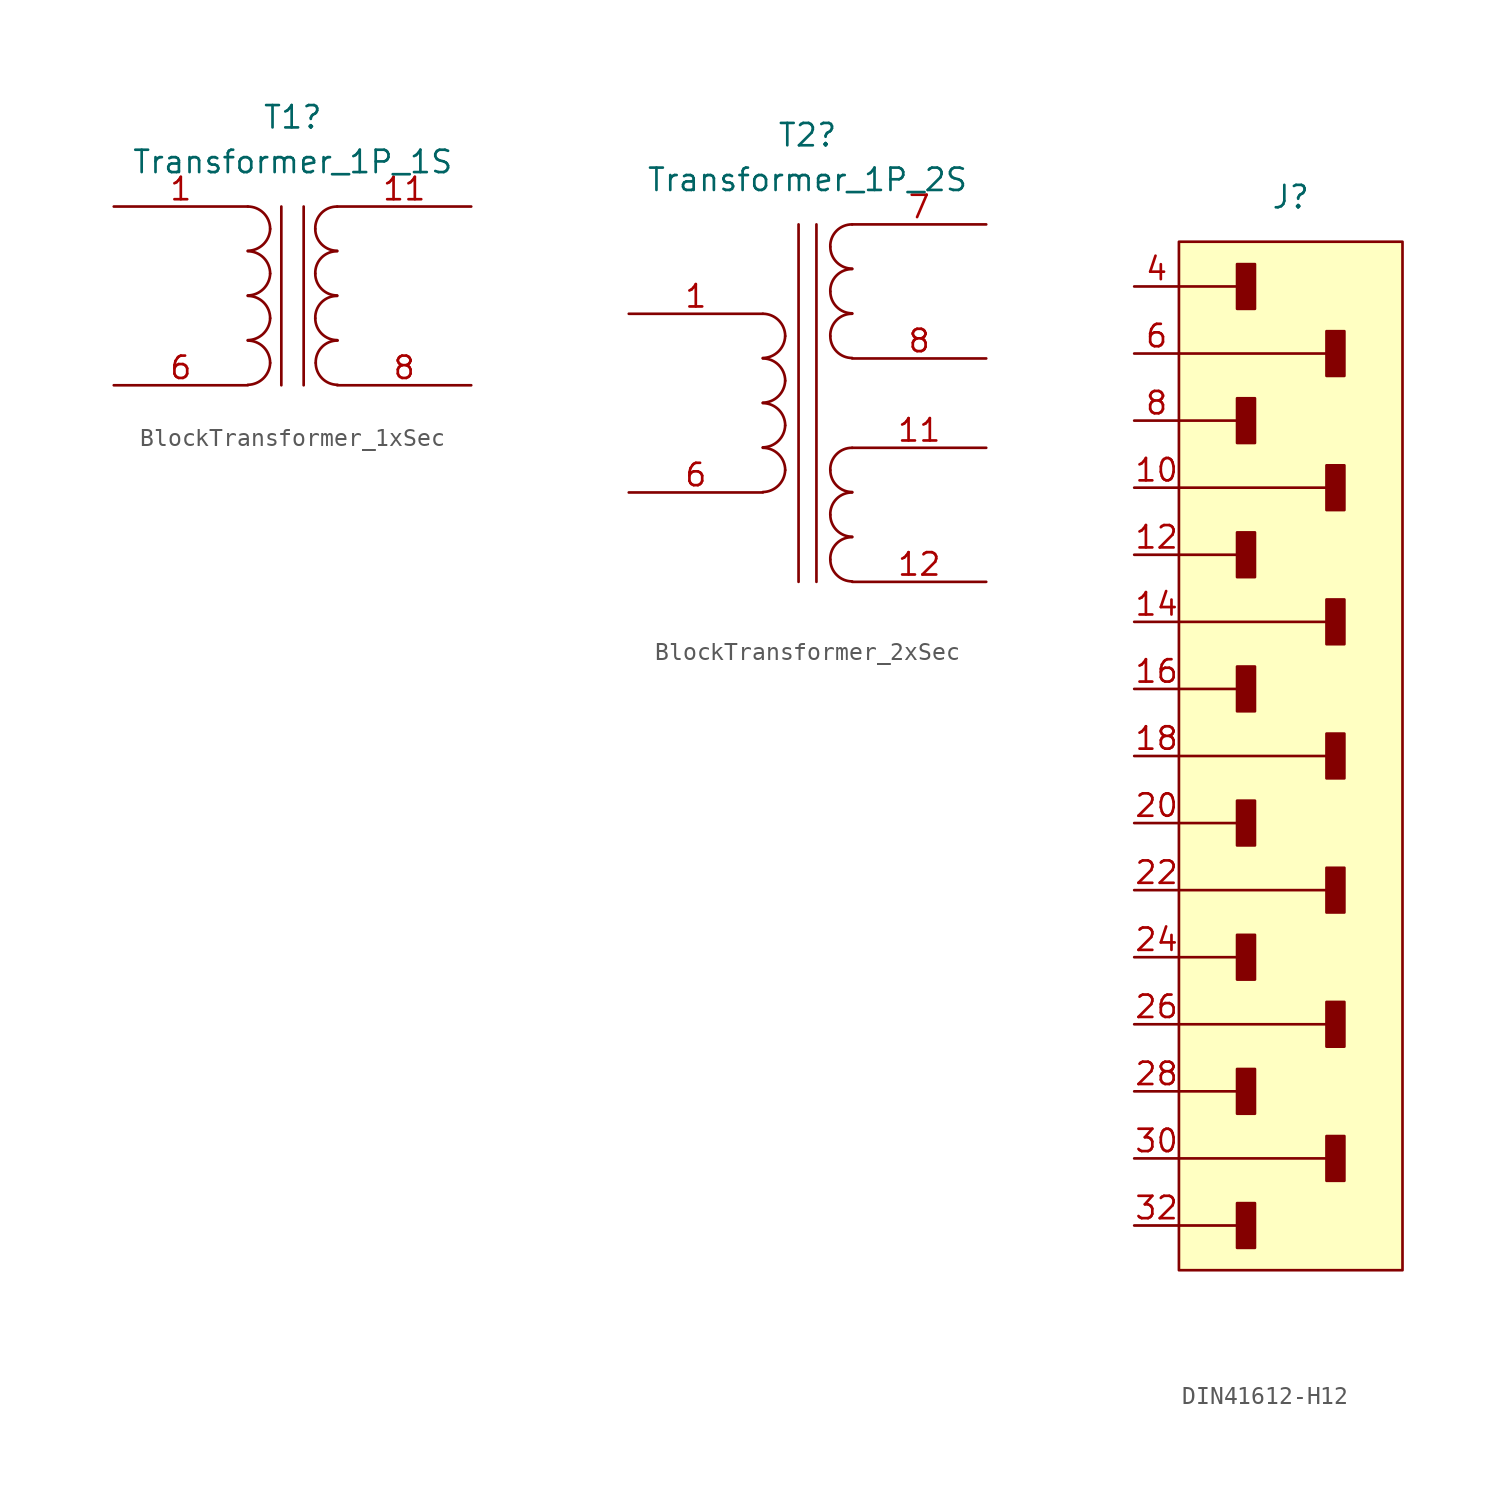
<source format=kicad_sym>
(kicad_symbol_lib
  (version 20220914)
  (generator kicad_symbol_editor)
  (symbol "BlockTransformer_1xSec"
    (pin_names
      (offset 1.016) hide)
    (property "Reference" "T1"
      (at 0.013 10.16 0)
      (effects (font (size 1.27 1.27))))
    (property "Value" "Transformer_1P_1S"
      (at 0.013 7.62 0)
      (effects (font (size 1.27 1.27))))
    (symbol "BlockTransformer_1xSec_0_1"
      (arc (start -2.54 -5.0546) (mid -1.6599 -4.6901) (end -1.27 -3.81) (stroke (width 0) (type default)) (fill (type none)))
      (arc (start -2.54 -2.5146) (mid -1.6599 -2.1501) (end -1.27 -1.27) (stroke (width 0) (type default)) (fill (type none)))
      (arc (start -2.54 0.0254) (mid -1.6599 0.3899) (end -1.27 1.27) (stroke (width 0) (type default)) (fill (type none)))
      (arc (start -2.54 2.5654) (mid -1.6599 2.9299) (end -1.27 3.81) (stroke (width 0) (type default)) (fill (type none)))
      (arc (start -1.27 -3.81) (mid -1.642 -2.912) (end -2.54 -2.54) (stroke (width 0) (type default)) (fill (type none)))
      (arc (start -1.27 -1.27) (mid -1.642 -0.372) (end -2.54 0) (stroke (width 0) (type default)) (fill (type none)))
      (arc (start -1.27 1.27) (mid -1.642 2.168) (end -2.54 2.54) (stroke (width 0) (type default)) (fill (type none)))
      (arc (start -1.27 3.81) (mid -1.642 4.708) (end -2.54 5.08) (stroke (width 0) (type default)) (fill (type none)))
      (polyline (pts (xy -0.635 5.08) (xy -0.635 -5.08)) (stroke (width 0) (type default)) (fill (type none)))
      (polyline (pts (xy 0.635 -5.08) (xy 0.635 5.08)) (stroke (width 0) (type default)) (fill (type none)))
      (arc (start 1.2954 -1.27) (mid 1.6599 -2.1501) (end 2.54 -2.5146) (stroke (width 0) (type default)) (fill (type none)))
      (arc (start 1.2954 1.27) (mid 1.6599 0.3899) (end 2.54 0.0254) (stroke (width 0) (type default)) (fill (type none)))
      (arc (start 1.2954 3.81) (mid 1.6599 2.9299) (end 2.54 2.5654) (stroke (width 0) (type default)) (fill (type none)))
      (arc (start 1.3208 -3.81) (mid 1.6853 -4.6901) (end 2.5654 -5.0546) (stroke (width 0) (type default)) (fill (type none)))
      (arc (start 2.54 0) (mid 1.642 -0.372) (end 1.2954 -1.27) (stroke (width 0) (type default)) (fill (type none)))
      (arc (start 2.54 2.54) (mid 1.642 2.168) (end 1.2954 1.27) (stroke (width 0) (type default)) (fill (type none)))
      (arc (start 2.54 5.08) (mid 1.642 4.708) (end 1.2954 3.81) (stroke (width 0) (type default)) (fill (type none)))
      (arc (start 2.5654 -2.54) (mid 1.6674 -2.912) (end 1.3208 -3.81) (stroke (width 0) (type default)) (fill (type none))))
    (symbol "BlockTransformer_1xSec_1_1"
      (pin passive line (at -10.16 5.08 0) (length 7.62) (name "AA" (effects (font (size 1.27 1.27)))) (number "1" (effects (font (size 1.27 1.27)))))
      (pin passive line (at 10.16 5.08 180) (length 7.62) (name "SB" (effects (font (size 1.27 1.27)))) (number "11" (effects (font (size 1.27 1.27)))))
      (pin passive line (at -10.16 -5.08 0) (length 7.62) (name "AB" (effects (font (size 1.27 1.27)))) (number "6" (effects (font (size 1.27 1.27)))))
      (pin passive line (at 10.16 -5.08 180) (length 7.62) (name "SA" (effects (font (size 1.27 1.27)))) (number "8" (effects (font (size 1.27 1.27)))))))
  (symbol "BlockTransformer_2xSec"
    (pin_names
      (offset 1.016) hide)
    (property "Reference" "T2"
      (at 0 15.24 0)
      (effects (font (size 1.27 1.27))))
    (property "Value" "Transformer_1P_2S"
      (at 0 12.7 0)
      (effects (font (size 1.27 1.27))))
    (symbol "BlockTransformer_2xSec_0_1"
      (arc (start -2.54 -5.0546) (mid -1.6599 -4.6901) (end -1.27 -3.81) (stroke (width 0) (type default)) (fill (type none)))
      (arc (start -2.54 -2.5146) (mid -1.6599 -2.1501) (end -1.27 -1.27) (stroke (width 0) (type default)) (fill (type none)))
      (arc (start -2.54 0.0254) (mid -1.6599 0.3899) (end -1.27 1.27) (stroke (width 0) (type default)) (fill (type none)))
      (arc (start -2.54 2.5654) (mid -1.6599 2.9299) (end -1.27 3.81) (stroke (width 0) (type default)) (fill (type none)))
      (arc (start -1.27 -3.81) (mid -1.642 -2.912) (end -2.54 -2.54) (stroke (width 0) (type default)) (fill (type none)))
      (arc (start -1.27 -1.27) (mid -1.642 -0.372) (end -2.54 0) (stroke (width 0) (type default)) (fill (type none)))
      (arc (start -1.27 1.27) (mid -1.642 2.168) (end -2.54 2.54) (stroke (width 0) (type default)) (fill (type none)))
      (arc (start -1.27 3.81) (mid -1.642 4.708) (end -2.54 5.08) (stroke (width 0) (type default)) (fill (type none)))
      (polyline (pts (xy -0.508 -10.16) (xy -0.508 10.16)) (stroke (width 0) (type default)) (fill (type none)))
      (polyline (pts (xy 0.508 10.16) (xy 0.508 -10.16)) (stroke (width 0) (type default)) (fill (type none)))
      (arc (start 1.2954 -8.89) (mid 1.6599 -9.7701) (end 2.54 -10.1346) (stroke (width 0) (type default)) (fill (type none)))
      (arc (start 1.2954 -6.35) (mid 1.6599 -7.2301) (end 2.54 -7.5946) (stroke (width 0) (type default)) (fill (type none)))
      (arc (start 1.2954 -3.81) (mid 1.6599 -4.6901) (end 2.54 -5.0546) (stroke (width 0) (type default)) (fill (type none)))
      (arc (start 1.2954 3.81) (mid 1.6599 2.9299) (end 2.54 2.5654) (stroke (width 0) (type default)) (fill (type none)))
      (arc (start 1.2954 6.35) (mid 1.6599 5.4699) (end 2.54 5.1054) (stroke (width 0) (type default)) (fill (type none)))
      (arc (start 1.2954 8.89) (mid 1.6599 8.0099) (end 2.54 7.6454) (stroke (width 0) (type default)) (fill (type none)))
      (arc (start 2.54 -7.62) (mid 1.642 -7.992) (end 1.2954 -8.89) (stroke (width 0) (type default)) (fill (type none)))
      (arc (start 2.54 -5.08) (mid 1.642 -5.452) (end 1.2954 -6.35) (stroke (width 0) (type default)) (fill (type none)))
      (arc (start 2.54 -2.54) (mid 1.642 -2.912) (end 1.2954 -3.81) (stroke (width 0) (type default)) (fill (type none)))
      (arc (start 2.54 5.08) (mid 1.642 4.708) (end 1.2954 3.81) (stroke (width 0) (type default)) (fill (type none)))
      (arc (start 2.54 7.62) (mid 1.642 7.248) (end 1.2954 6.35) (stroke (width 0) (type default)) (fill (type none)))
      (arc (start 2.54 10.16) (mid 1.642 9.788) (end 1.2954 8.89) (stroke (width 0) (type default)) (fill (type none))))
    (symbol "BlockTransformer_2xSec_1_1"
      (pin passive line (at -10.16 5.08 0) (length 7.62) (name "AA" (effects (font (size 1.27 1.27)))) (number "1" (effects (font (size 1.27 1.27)))))
      (pin passive line (at 10.16 -2.54 180) (length 7.62) (name "SC" (effects (font (size 1.27 1.27)))) (number "11" (effects (font (size 1.27 1.27)))))
      (pin passive line (at 10.16 -10.16 180) (length 7.62) (name "SD" (effects (font (size 1.27 1.27)))) (number "12" (effects (font (size 1.27 1.27)))))
      (pin passive line (at -10.16 -5.08 0) (length 7.62) (name "AB" (effects (font (size 1.27 1.27)))) (number "6" (effects (font (size 1.27 1.27)))))
      (pin passive line (at 10.16 10.16 180) (length 7.62) (name "SA" (effects (font (size 1.27 1.27)))) (number "7" (effects (font (size 1.27 1.27)))))
      (pin passive line (at 10.16 2.54 180) (length 7.62) (name "SB" (effects (font (size 1.27 1.27)))) (number "8" (effects (font (size 1.27 1.27)))))))
  (symbol "DIN41612-H12"
    (property "Reference" "J"
      (at 0 31.75 0)
      (effects (font (size 1.27 1.27))))
    (property "Value" ""
      (at -6.35 26.67 0)
      (effects (font (size 1.27 1.27))))
    (symbol "DIN41612-H12_1_1"
      (rectangle (start -6.35 29.21) (end 6.35 -29.21) (stroke (width 0) (type default)) (fill (type background)))
      (rectangle (start -3.048 -25.4) (end -2.032 -27.94) (stroke (width 0) (type default)) (fill (type outline)))
      (rectangle (start -3.048 -17.78) (end -2.032 -20.32) (stroke (width 0) (type default)) (fill (type outline)))
      (rectangle (start -3.048 -10.16) (end -2.032 -12.7) (stroke (width 0) (type default)) (fill (type outline)))
      (rectangle (start -3.048 -2.54) (end -2.032 -5.08) (stroke (width 0) (type default)) (fill (type outline)))
      (rectangle (start -3.048 5.08) (end -2.032 2.54) (stroke (width 0) (type default)) (fill (type outline)))
      (rectangle (start -3.048 12.7) (end -2.032 10.16) (stroke (width 0) (type default)) (fill (type outline)))
      (rectangle (start -3.048 20.32) (end -2.032 17.78) (stroke (width 0) (type default)) (fill (type outline)))
      (rectangle (start -3.048 27.94) (end -2.032 25.4) (stroke (width 0) (type default)) (fill (type outline)))
      (polyline (pts (xy -6.35 -26.67) (xy -3.048 -26.67)) (stroke (width 0) (type default)) (fill (type none)))
      (polyline (pts (xy -6.35 -22.86) (xy 2.032 -22.86)) (stroke (width 0) (type default)) (fill (type none)))
      (polyline (pts (xy -6.35 -19.05) (xy -3.048 -19.05)) (stroke (width 0) (type default)) (fill (type none)))
      (polyline (pts (xy -6.35 -15.24) (xy 2.032 -15.24)) (stroke (width 0) (type default)) (fill (type none)))
      (polyline (pts (xy -6.35 -11.43) (xy -3.048 -11.43)) (stroke (width 0) (type default)) (fill (type none)))
      (polyline (pts (xy -6.35 -7.62) (xy 2.032 -7.62)) (stroke (width 0) (type default)) (fill (type none)))
      (polyline (pts (xy -6.35 -3.81) (xy -3.048 -3.81)) (stroke (width 0) (type default)) (fill (type none)))
      (polyline (pts (xy -6.35 0) (xy 2.032 0)) (stroke (width 0) (type default)) (fill (type none)))
      (polyline (pts (xy -6.35 3.81) (xy -3.048 3.81)) (stroke (width 0) (type default)) (fill (type none)))
      (polyline (pts (xy -6.35 7.62) (xy 2.032 7.62)) (stroke (width 0) (type default)) (fill (type none)))
      (polyline (pts (xy -6.35 11.43) (xy -3.048 11.43)) (stroke (width 0) (type default)) (fill (type none)))
      (polyline (pts (xy -6.35 15.24) (xy 2.032 15.24)) (stroke (width 0) (type default)) (fill (type none)))
      (polyline (pts (xy -6.35 19.05) (xy -3.048 19.05)) (stroke (width 0) (type default)) (fill (type none)))
      (polyline (pts (xy -6.35 22.86) (xy 2.032 22.86)) (stroke (width 0) (type default)) (fill (type none)))
      (polyline (pts (xy -6.35 26.67) (xy -3.048 26.67)) (stroke (width 0) (type default)) (fill (type none)))
      (rectangle (start 2.032 -21.59) (end 3.048 -24.13) (stroke (width 0) (type default)) (fill (type outline)))
      (rectangle (start 2.032 -13.97) (end 3.048 -16.51) (stroke (width 0) (type default)) (fill (type outline)))
      (rectangle (start 2.032 -6.35) (end 3.048 -8.89) (stroke (width 0) (type default)) (fill (type outline)))
      (rectangle (start 2.032 1.27) (end 3.048 -1.27) (stroke (width 0) (type default)) (fill (type outline)))
      (rectangle (start 2.032 8.89) (end 3.048 6.35) (stroke (width 0) (type default)) (fill (type outline)))
      (rectangle (start 2.032 16.51) (end 3.048 13.97) (stroke (width 0) (type default)) (fill (type outline)))
      (rectangle (start 2.032 24.13) (end 3.048 21.59) (stroke (width 0) (type default)) (fill (type outline)))
      (pin passive line (at -8.89 15.24 0) (length 2.54) (name "~" (effects (font (size 1.27 1.27)))) (number "10" (effects (font (size 1.27 1.27)))))
      (pin passive line (at -8.89 11.43 0) (length 2.54) (name "~" (effects (font (size 1.27 1.27)))) (number "12" (effects (font (size 1.27 1.27)))))
      (pin passive line (at -8.89 7.62 0) (length 2.54) (name "~" (effects (font (size 1.27 1.27)))) (number "14" (effects (font (size 1.27 1.27)))))
      (pin passive line (at -8.89 3.81 0) (length 2.54) (name "~" (effects (font (size 1.27 1.27)))) (number "16" (effects (font (size 1.27 1.27)))))
      (pin passive line (at -8.89 0 0) (length 2.54) (name "~" (effects (font (size 1.27 1.27)))) (number "18" (effects (font (size 1.27 1.27)))))
      (pin passive line (at -8.89 -3.81 0) (length 2.54) (name "~" (effects (font (size 1.27 1.27)))) (number "20" (effects (font (size 1.27 1.27)))))
      (pin passive line (at -8.89 -7.62 0) (length 2.54) (name "~" (effects (font (size 1.27 1.27)))) (number "22" (effects (font (size 1.27 1.27)))))
      (pin passive line (at -8.89 -11.43 0) (length 2.54) (name "~" (effects (font (size 1.27 1.27)))) (number "24" (effects (font (size 1.27 1.27)))))
      (pin passive line (at -8.89 -15.24 0) (length 2.54) (name "~" (effects (font (size 1.27 1.27)))) (number "26" (effects (font (size 1.27 1.27)))))
      (pin passive line (at -8.89 -19.05 0) (length 2.54) (name "~" (effects (font (size 1.27 1.27)))) (number "28" (effects (font (size 1.27 1.27)))))
      (pin passive line (at -8.89 -22.86 0) (length 2.54) (name "~" (effects (font (size 1.27 1.27)))) (number "30" (effects (font (size 1.27 1.27)))))
      (pin passive line (at -8.89 -26.67 0) (length 2.54) (name "~" (effects (font (size 1.27 1.27)))) (number "32" (effects (font (size 1.27 1.27)))))
      (pin passive line (at -8.89 26.67 0) (length 2.54) (name "~" (effects (font (size 1.27 1.27)))) (number "4" (effects (font (size 1.27 1.27)))))
      (pin passive line (at -8.89 22.86 0) (length 2.54) (name "~" (effects (font (size 1.27 1.27)))) (number "6" (effects (font (size 1.27 1.27)))))
      (pin passive line (at -8.89 19.05 0) (length 2.54) (name "~" (effects (font (size 1.27 1.27)))) (number "8" (effects (font (size 1.27 1.27))))))))
</source>
